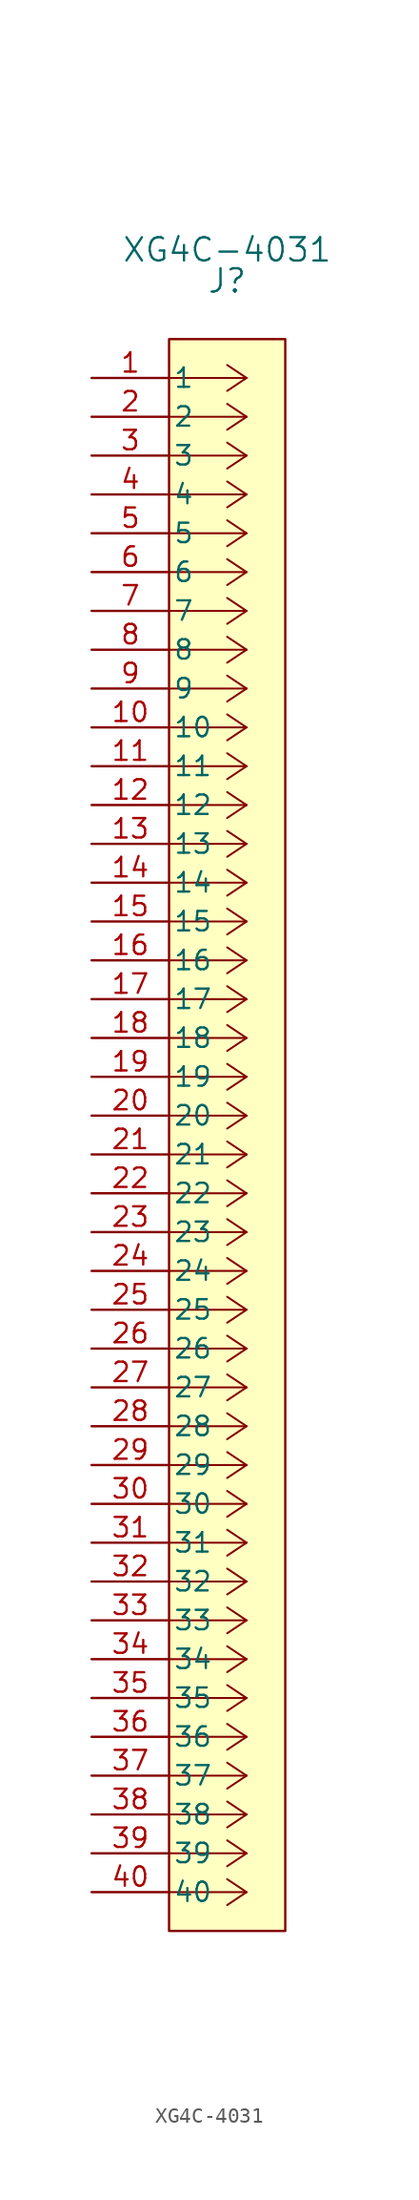
<source format=kicad_sym>
(kicad_symbol_lib
  (version 20241209)
  (generator "kicad_symbol_editor")
  (generator_version "9.0")
  (symbol "XG4C-4031"
    (pin_names
      (offset 0.254))
    (property "Reference" "J"
      (at 8.89 6.35 0)
      (effects (font (size 1.524 1.524))))
    (property "Value" "XG4C-4031"
      (at 8.89 8.382 0)
      (effects (font (size 1.524 1.524))))
    (symbol "XG4C-4031_0_1"
      (polyline (pts (xy 10.16 0) (xy 5.08 0)) (stroke (width 0.127) (type default)) (fill (type none)))
      (polyline (pts (xy 10.16 0) (xy 8.89 0.847)) (stroke (width 0.127) (type default)) (fill (type none)))
      (polyline (pts (xy 10.16 0) (xy 8.89 -0.847)) (stroke (width 0.127) (type default)) (fill (type none)))
      (polyline (pts (xy 10.16 -2.54) (xy 5.08 -2.54)) (stroke (width 0.127) (type default)) (fill (type none)))
      (polyline (pts (xy 10.16 -2.54) (xy 8.89 -1.693)) (stroke (width 0.127) (type default)) (fill (type none)))
      (polyline (pts (xy 10.16 -2.54) (xy 8.89 -3.387)) (stroke (width 0.127) (type default)) (fill (type none)))
      (polyline (pts (xy 10.16 -5.08) (xy 5.08 -5.08)) (stroke (width 0.127) (type default)) (fill (type none)))
      (polyline (pts (xy 10.16 -5.08) (xy 8.89 -4.233)) (stroke (width 0.127) (type default)) (fill (type none)))
      (polyline (pts (xy 10.16 -5.08) (xy 8.89 -5.927)) (stroke (width 0.127) (type default)) (fill (type none)))
      (polyline (pts (xy 10.16 -7.62) (xy 5.08 -7.62)) (stroke (width 0.127) (type default)) (fill (type none)))
      (polyline (pts (xy 10.16 -7.62) (xy 8.89 -6.773)) (stroke (width 0.127) (type default)) (fill (type none)))
      (polyline (pts (xy 10.16 -7.62) (xy 8.89 -8.467)) (stroke (width 0.127) (type default)) (fill (type none)))
      (polyline (pts (xy 10.16 -10.16) (xy 5.08 -10.16)) (stroke (width 0.127) (type default)) (fill (type none)))
      (polyline (pts (xy 10.16 -10.16) (xy 8.89 -9.313)) (stroke (width 0.127) (type default)) (fill (type none)))
      (polyline (pts (xy 10.16 -10.16) (xy 8.89 -11.007)) (stroke (width 0.127) (type default)) (fill (type none)))
      (polyline (pts (xy 10.16 -12.7) (xy 5.08 -12.7)) (stroke (width 0.127) (type default)) (fill (type none)))
      (polyline (pts (xy 10.16 -12.7) (xy 8.89 -11.853)) (stroke (width 0.127) (type default)) (fill (type none)))
      (polyline (pts (xy 10.16 -12.7) (xy 8.89 -13.547)) (stroke (width 0.127) (type default)) (fill (type none)))
      (polyline (pts (xy 10.16 -15.24) (xy 5.08 -15.24)) (stroke (width 0.127) (type default)) (fill (type none)))
      (polyline (pts (xy 10.16 -15.24) (xy 8.89 -14.393)) (stroke (width 0.127) (type default)) (fill (type none)))
      (polyline (pts (xy 10.16 -15.24) (xy 8.89 -16.087)) (stroke (width 0.127) (type default)) (fill (type none)))
      (polyline (pts (xy 10.16 -17.78) (xy 5.08 -17.78)) (stroke (width 0.127) (type default)) (fill (type none)))
      (polyline (pts (xy 10.16 -17.78) (xy 8.89 -16.933)) (stroke (width 0.127) (type default)) (fill (type none)))
      (polyline (pts (xy 10.16 -17.78) (xy 8.89 -18.627)) (stroke (width 0.127) (type default)) (fill (type none)))
      (polyline (pts (xy 10.16 -20.32) (xy 5.08 -20.32)) (stroke (width 0.127) (type default)) (fill (type none)))
      (polyline (pts (xy 10.16 -20.32) (xy 8.89 -19.473)) (stroke (width 0.127) (type default)) (fill (type none)))
      (polyline (pts (xy 10.16 -20.32) (xy 8.89 -21.167)) (stroke (width 0.127) (type default)) (fill (type none)))
      (polyline (pts (xy 10.16 -22.86) (xy 5.08 -22.86)) (stroke (width 0.127) (type default)) (fill (type none)))
      (polyline (pts (xy 10.16 -22.86) (xy 8.89 -22.013)) (stroke (width 0.127) (type default)) (fill (type none)))
      (polyline (pts (xy 10.16 -22.86) (xy 8.89 -23.707)) (stroke (width 0.127) (type default)) (fill (type none)))
      (polyline (pts (xy 10.16 -25.4) (xy 5.08 -25.4)) (stroke (width 0.127) (type default)) (fill (type none)))
      (polyline (pts (xy 10.16 -25.4) (xy 8.89 -24.553)) (stroke (width 0.127) (type default)) (fill (type none)))
      (polyline (pts (xy 10.16 -25.4) (xy 8.89 -26.247)) (stroke (width 0.127) (type default)) (fill (type none)))
      (polyline (pts (xy 10.16 -27.94) (xy 5.08 -27.94)) (stroke (width 0.127) (type default)) (fill (type none)))
      (polyline (pts (xy 10.16 -27.94) (xy 8.89 -27.093)) (stroke (width 0.127) (type default)) (fill (type none)))
      (polyline (pts (xy 10.16 -27.94) (xy 8.89 -28.787)) (stroke (width 0.127) (type default)) (fill (type none)))
      (polyline (pts (xy 10.16 -30.48) (xy 5.08 -30.48)) (stroke (width 0.127) (type default)) (fill (type none)))
      (polyline (pts (xy 10.16 -30.48) (xy 8.89 -29.633)) (stroke (width 0.127) (type default)) (fill (type none)))
      (polyline (pts (xy 10.16 -30.48) (xy 8.89 -31.327)) (stroke (width 0.127) (type default)) (fill (type none)))
      (polyline (pts (xy 10.16 -33.02) (xy 5.08 -33.02)) (stroke (width 0.127) (type default)) (fill (type none)))
      (polyline (pts (xy 10.16 -33.02) (xy 8.89 -32.173)) (stroke (width 0.127) (type default)) (fill (type none)))
      (polyline (pts (xy 10.16 -33.02) (xy 8.89 -33.867)) (stroke (width 0.127) (type default)) (fill (type none)))
      (polyline (pts (xy 10.16 -35.56) (xy 5.08 -35.56)) (stroke (width 0.127) (type default)) (fill (type none)))
      (polyline (pts (xy 10.16 -35.56) (xy 8.89 -34.713)) (stroke (width 0.127) (type default)) (fill (type none)))
      (polyline (pts (xy 10.16 -35.56) (xy 8.89 -36.407)) (stroke (width 0.127) (type default)) (fill (type none)))
      (polyline (pts (xy 10.16 -38.1) (xy 5.08 -38.1)) (stroke (width 0.127) (type default)) (fill (type none)))
      (polyline (pts (xy 10.16 -38.1) (xy 8.89 -37.253)) (stroke (width 0.127) (type default)) (fill (type none)))
      (polyline (pts (xy 10.16 -38.1) (xy 8.89 -38.947)) (stroke (width 0.127) (type default)) (fill (type none)))
      (polyline (pts (xy 10.16 -40.64) (xy 5.08 -40.64)) (stroke (width 0.127) (type default)) (fill (type none)))
      (polyline (pts (xy 10.16 -40.64) (xy 8.89 -39.793)) (stroke (width 0.127) (type default)) (fill (type none)))
      (polyline (pts (xy 10.16 -40.64) (xy 8.89 -41.487)) (stroke (width 0.127) (type default)) (fill (type none)))
      (polyline (pts (xy 10.16 -43.18) (xy 5.08 -43.18)) (stroke (width 0.127) (type default)) (fill (type none)))
      (polyline (pts (xy 10.16 -43.18) (xy 8.89 -42.333)) (stroke (width 0.127) (type default)) (fill (type none)))
      (polyline (pts (xy 10.16 -43.18) (xy 8.89 -44.027)) (stroke (width 0.127) (type default)) (fill (type none)))
      (polyline (pts (xy 10.16 -45.72) (xy 5.08 -45.72)) (stroke (width 0.127) (type default)) (fill (type none)))
      (polyline (pts (xy 10.16 -45.72) (xy 8.89 -44.873)) (stroke (width 0.127) (type default)) (fill (type none)))
      (polyline (pts (xy 10.16 -45.72) (xy 8.89 -46.567)) (stroke (width 0.127) (type default)) (fill (type none)))
      (polyline (pts (xy 10.16 -48.26) (xy 5.08 -48.26)) (stroke (width 0.127) (type default)) (fill (type none)))
      (polyline (pts (xy 10.16 -48.26) (xy 8.89 -47.413)) (stroke (width 0.127) (type default)) (fill (type none)))
      (polyline (pts (xy 10.16 -48.26) (xy 8.89 -49.107)) (stroke (width 0.127) (type default)) (fill (type none)))
      (polyline (pts (xy 10.16 -50.8) (xy 5.08 -50.8)) (stroke (width 0.127) (type default)) (fill (type none)))
      (polyline (pts (xy 10.16 -50.8) (xy 8.89 -49.953)) (stroke (width 0.127) (type default)) (fill (type none)))
      (polyline (pts (xy 10.16 -50.8) (xy 8.89 -51.647)) (stroke (width 0.127) (type default)) (fill (type none)))
      (polyline (pts (xy 10.16 -53.34) (xy 5.08 -53.34)) (stroke (width 0.127) (type default)) (fill (type none)))
      (polyline (pts (xy 10.16 -53.34) (xy 8.89 -52.493)) (stroke (width 0.127) (type default)) (fill (type none)))
      (polyline (pts (xy 10.16 -53.34) (xy 8.89 -54.187)) (stroke (width 0.127) (type default)) (fill (type none)))
      (polyline (pts (xy 10.16 -55.88) (xy 5.08 -55.88)) (stroke (width 0.127) (type default)) (fill (type none)))
      (polyline (pts (xy 10.16 -55.88) (xy 8.89 -55.033)) (stroke (width 0.127) (type default)) (fill (type none)))
      (polyline (pts (xy 10.16 -55.88) (xy 8.89 -56.727)) (stroke (width 0.127) (type default)) (fill (type none)))
      (polyline (pts (xy 10.16 -58.42) (xy 5.08 -58.42)) (stroke (width 0.127) (type default)) (fill (type none)))
      (polyline (pts (xy 10.16 -58.42) (xy 8.89 -57.573)) (stroke (width 0.127) (type default)) (fill (type none)))
      (polyline (pts (xy 10.16 -58.42) (xy 8.89 -59.267)) (stroke (width 0.127) (type default)) (fill (type none)))
      (polyline (pts (xy 10.16 -60.96) (xy 5.08 -60.96)) (stroke (width 0.127) (type default)) (fill (type none)))
      (polyline (pts (xy 10.16 -60.96) (xy 8.89 -60.113)) (stroke (width 0.127) (type default)) (fill (type none)))
      (polyline (pts (xy 10.16 -60.96) (xy 8.89 -61.807)) (stroke (width 0.127) (type default)) (fill (type none)))
      (polyline (pts (xy 10.16 -63.5) (xy 5.08 -63.5)) (stroke (width 0.127) (type default)) (fill (type none)))
      (polyline (pts (xy 10.16 -63.5) (xy 8.89 -62.653)) (stroke (width 0.127) (type default)) (fill (type none)))
      (polyline (pts (xy 10.16 -63.5) (xy 8.89 -64.347)) (stroke (width 0.127) (type default)) (fill (type none)))
      (polyline (pts (xy 10.16 -66.04) (xy 5.08 -66.04)) (stroke (width 0.127) (type default)) (fill (type none)))
      (polyline (pts (xy 10.16 -66.04) (xy 8.89 -65.193)) (stroke (width 0.127) (type default)) (fill (type none)))
      (polyline (pts (xy 10.16 -66.04) (xy 8.89 -66.887)) (stroke (width 0.127) (type default)) (fill (type none)))
      (polyline (pts (xy 10.16 -68.58) (xy 5.08 -68.58)) (stroke (width 0.127) (type default)) (fill (type none)))
      (polyline (pts (xy 10.16 -68.58) (xy 8.89 -67.733)) (stroke (width 0.127) (type default)) (fill (type none)))
      (polyline (pts (xy 10.16 -68.58) (xy 8.89 -69.427)) (stroke (width 0.127) (type default)) (fill (type none)))
      (polyline (pts (xy 10.16 -71.12) (xy 5.08 -71.12)) (stroke (width 0.127) (type default)) (fill (type none)))
      (polyline (pts (xy 10.16 -71.12) (xy 8.89 -70.273)) (stroke (width 0.127) (type default)) (fill (type none)))
      (polyline (pts (xy 10.16 -71.12) (xy 8.89 -71.967)) (stroke (width 0.127) (type default)) (fill (type none)))
      (polyline (pts (xy 10.16 -73.66) (xy 5.08 -73.66)) (stroke (width 0.127) (type default)) (fill (type none)))
      (polyline (pts (xy 10.16 -73.66) (xy 8.89 -72.813)) (stroke (width 0.127) (type default)) (fill (type none)))
      (polyline (pts (xy 10.16 -73.66) (xy 8.89 -74.507)) (stroke (width 0.127) (type default)) (fill (type none)))
      (polyline (pts (xy 10.16 -76.2) (xy 5.08 -76.2)) (stroke (width 0.127) (type default)) (fill (type none)))
      (polyline (pts (xy 10.16 -76.2) (xy 8.89 -75.353)) (stroke (width 0.127) (type default)) (fill (type none)))
      (polyline (pts (xy 10.16 -76.2) (xy 8.89 -77.047)) (stroke (width 0.127) (type default)) (fill (type none)))
      (polyline (pts (xy 10.16 -78.74) (xy 5.08 -78.74)) (stroke (width 0.127) (type default)) (fill (type none)))
      (polyline (pts (xy 10.16 -78.74) (xy 8.89 -77.893)) (stroke (width 0.127) (type default)) (fill (type none)))
      (polyline (pts (xy 10.16 -78.74) (xy 8.89 -79.587)) (stroke (width 0.127) (type default)) (fill (type none)))
      (polyline (pts (xy 10.16 -81.28) (xy 5.08 -81.28)) (stroke (width 0.127) (type default)) (fill (type none)))
      (polyline (pts (xy 10.16 -81.28) (xy 8.89 -80.433)) (stroke (width 0.127) (type default)) (fill (type none)))
      (polyline (pts (xy 10.16 -81.28) (xy 8.89 -82.127)) (stroke (width 0.127) (type default)) (fill (type none)))
      (polyline (pts (xy 10.16 -83.82) (xy 5.08 -83.82)) (stroke (width 0.127) (type default)) (fill (type none)))
      (polyline (pts (xy 10.16 -83.82) (xy 8.89 -82.973)) (stroke (width 0.127) (type default)) (fill (type none)))
      (polyline (pts (xy 10.16 -83.82) (xy 8.89 -84.667)) (stroke (width 0.127) (type default)) (fill (type none)))
      (polyline (pts (xy 10.16 -86.36) (xy 5.08 -86.36)) (stroke (width 0.127) (type default)) (fill (type none)))
      (polyline (pts (xy 10.16 -86.36) (xy 8.89 -85.513)) (stroke (width 0.127) (type default)) (fill (type none)))
      (polyline (pts (xy 10.16 -86.36) (xy 8.89 -87.207)) (stroke (width 0.127) (type default)) (fill (type none)))
      (polyline (pts (xy 10.16 -88.9) (xy 5.08 -88.9)) (stroke (width 0.127) (type default)) (fill (type none)))
      (polyline (pts (xy 10.16 -88.9) (xy 8.89 -88.053)) (stroke (width 0.127) (type default)) (fill (type none)))
      (polyline (pts (xy 10.16 -88.9) (xy 8.89 -89.747)) (stroke (width 0.127) (type default)) (fill (type none)))
      (polyline (pts (xy 10.16 -91.44) (xy 5.08 -91.44)) (stroke (width 0.127) (type default)) (fill (type none)))
      (polyline (pts (xy 10.16 -91.44) (xy 8.89 -90.593)) (stroke (width 0.127) (type default)) (fill (type none)))
      (polyline (pts (xy 10.16 -91.44) (xy 8.89 -92.287)) (stroke (width 0.127) (type default)) (fill (type none)))
      (polyline (pts (xy 10.16 -93.98) (xy 5.08 -93.98)) (stroke (width 0.127) (type default)) (fill (type none)))
      (polyline (pts (xy 10.16 -93.98) (xy 8.89 -93.133)) (stroke (width 0.127) (type default)) (fill (type none)))
      (polyline (pts (xy 10.16 -93.98) (xy 8.89 -94.827)) (stroke (width 0.127) (type default)) (fill (type none)))
      (polyline (pts (xy 10.16 -96.52) (xy 5.08 -96.52)) (stroke (width 0.127) (type default)) (fill (type none)))
      (polyline (pts (xy 10.16 -96.52) (xy 8.89 -95.673)) (stroke (width 0.127) (type default)) (fill (type none)))
      (polyline (pts (xy 10.16 -96.52) (xy 8.89 -97.367)) (stroke (width 0.127) (type default)) (fill (type none)))
      (polyline (pts (xy 10.16 -99.06) (xy 5.08 -99.06)) (stroke (width 0.127) (type default)) (fill (type none)))
      (polyline (pts (xy 10.16 -99.06) (xy 8.89 -98.213)) (stroke (width 0.127) (type default)) (fill (type none)))
      (polyline (pts (xy 10.16 -99.06) (xy 8.89 -99.907)) (stroke (width 0.127) (type default)) (fill (type none)))
      (pin unspecified line (at 0 0 0) (length 5.08) (name "1" (effects (font (size 1.27 1.27)))) (number "1" (effects (font (size 1.27 1.27)))))
      (pin unspecified line (at 0 -2.54 0) (length 5.08) (name "2" (effects (font (size 1.27 1.27)))) (number "2" (effects (font (size 1.27 1.27)))))
      (pin unspecified line (at 0 -5.08 0) (length 5.08) (name "3" (effects (font (size 1.27 1.27)))) (number "3" (effects (font (size 1.27 1.27)))))
      (pin unspecified line (at 0 -7.62 0) (length 5.08) (name "4" (effects (font (size 1.27 1.27)))) (number "4" (effects (font (size 1.27 1.27)))))
      (pin unspecified line (at 0 -10.16 0) (length 5.08) (name "5" (effects (font (size 1.27 1.27)))) (number "5" (effects (font (size 1.27 1.27)))))
      (pin unspecified line (at 0 -12.7 0) (length 5.08) (name "6" (effects (font (size 1.27 1.27)))) (number "6" (effects (font (size 1.27 1.27)))))
      (pin unspecified line (at 0 -15.24 0) (length 5.08) (name "7" (effects (font (size 1.27 1.27)))) (number "7" (effects (font (size 1.27 1.27)))))
      (pin unspecified line (at 0 -17.78 0) (length 5.08) (name "8" (effects (font (size 1.27 1.27)))) (number "8" (effects (font (size 1.27 1.27)))))
      (pin unspecified line (at 0 -20.32 0) (length 5.08) (name "9" (effects (font (size 1.27 1.27)))) (number "9" (effects (font (size 1.27 1.27)))))
      (pin unspecified line (at 0 -22.86 0) (length 5.08) (name "10" (effects (font (size 1.27 1.27)))) (number "10" (effects (font (size 1.27 1.27)))))
      (pin unspecified line (at 0 -25.4 0) (length 5.08) (name "11" (effects (font (size 1.27 1.27)))) (number "11" (effects (font (size 1.27 1.27)))))
      (pin unspecified line (at 0 -27.94 0) (length 5.08) (name "12" (effects (font (size 1.27 1.27)))) (number "12" (effects (font (size 1.27 1.27)))))
      (pin unspecified line (at 0 -30.48 0) (length 5.08) (name "13" (effects (font (size 1.27 1.27)))) (number "13" (effects (font (size 1.27 1.27)))))
      (pin unspecified line (at 0 -33.02 0) (length 5.08) (name "14" (effects (font (size 1.27 1.27)))) (number "14" (effects (font (size 1.27 1.27)))))
      (pin unspecified line (at 0 -35.56 0) (length 5.08) (name "15" (effects (font (size 1.27 1.27)))) (number "15" (effects (font (size 1.27 1.27)))))
      (pin unspecified line (at 0 -38.1 0) (length 5.08) (name "16" (effects (font (size 1.27 1.27)))) (number "16" (effects (font (size 1.27 1.27)))))
      (pin unspecified line (at 0 -40.64 0) (length 5.08) (name "17" (effects (font (size 1.27 1.27)))) (number "17" (effects (font (size 1.27 1.27)))))
      (pin unspecified line (at 0 -43.18 0) (length 5.08) (name "18" (effects (font (size 1.27 1.27)))) (number "18" (effects (font (size 1.27 1.27)))))
      (pin unspecified line (at 0 -45.72 0) (length 5.08) (name "19" (effects (font (size 1.27 1.27)))) (number "19" (effects (font (size 1.27 1.27)))))
      (pin unspecified line (at 0 -48.26 0) (length 5.08) (name "20" (effects (font (size 1.27 1.27)))) (number "20" (effects (font (size 1.27 1.27)))))
      (pin unspecified line (at 0 -50.8 0) (length 5.08) (name "21" (effects (font (size 1.27 1.27)))) (number "21" (effects (font (size 1.27 1.27)))))
      (pin unspecified line (at 0 -53.34 0) (length 5.08) (name "22" (effects (font (size 1.27 1.27)))) (number "22" (effects (font (size 1.27 1.27)))))
      (pin unspecified line (at 0 -55.88 0) (length 5.08) (name "23" (effects (font (size 1.27 1.27)))) (number "23" (effects (font (size 1.27 1.27)))))
      (pin unspecified line (at 0 -58.42 0) (length 5.08) (name "24" (effects (font (size 1.27 1.27)))) (number "24" (effects (font (size 1.27 1.27)))))
      (pin unspecified line (at 0 -60.96 0) (length 5.08) (name "25" (effects (font (size 1.27 1.27)))) (number "25" (effects (font (size 1.27 1.27)))))
      (pin unspecified line (at 0 -63.5 0) (length 5.08) (name "26" (effects (font (size 1.27 1.27)))) (number "26" (effects (font (size 1.27 1.27)))))
      (pin unspecified line (at 0 -66.04 0) (length 5.08) (name "27" (effects (font (size 1.27 1.27)))) (number "27" (effects (font (size 1.27 1.27)))))
      (pin unspecified line (at 0 -68.58 0) (length 5.08) (name "28" (effects (font (size 1.27 1.27)))) (number "28" (effects (font (size 1.27 1.27)))))
      (pin unspecified line (at 0 -71.12 0) (length 5.08) (name "29" (effects (font (size 1.27 1.27)))) (number "29" (effects (font (size 1.27 1.27)))))
      (pin unspecified line (at 0 -73.66 0) (length 5.08) (name "30" (effects (font (size 1.27 1.27)))) (number "30" (effects (font (size 1.27 1.27)))))
      (pin unspecified line (at 0 -76.2 0) (length 5.08) (name "31" (effects (font (size 1.27 1.27)))) (number "31" (effects (font (size 1.27 1.27)))))
      (pin unspecified line (at 0 -78.74 0) (length 5.08) (name "32" (effects (font (size 1.27 1.27)))) (number "32" (effects (font (size 1.27 1.27)))))
      (pin unspecified line (at 0 -81.28 0) (length 5.08) (name "33" (effects (font (size 1.27 1.27)))) (number "33" (effects (font (size 1.27 1.27)))))
      (pin unspecified line (at 0 -83.82 0) (length 5.08) (name "34" (effects (font (size 1.27 1.27)))) (number "34" (effects (font (size 1.27 1.27)))))
      (pin unspecified line (at 0 -86.36 0) (length 5.08) (name "35" (effects (font (size 1.27 1.27)))) (number "35" (effects (font (size 1.27 1.27)))))
      (pin unspecified line (at 0 -88.9 0) (length 5.08) (name "36" (effects (font (size 1.27 1.27)))) (number "36" (effects (font (size 1.27 1.27)))))
      (pin unspecified line (at 0 -91.44 0) (length 5.08) (name "37" (effects (font (size 1.27 1.27)))) (number "37" (effects (font (size 1.27 1.27)))))
      (pin unspecified line (at 0 -93.98 0) (length 5.08) (name "38" (effects (font (size 1.27 1.27)))) (number "38" (effects (font (size 1.27 1.27)))))
      (pin unspecified line (at 0 -96.52 0) (length 5.08) (name "39" (effects (font (size 1.27 1.27)))) (number "39" (effects (font (size 1.27 1.27)))))
      (pin unspecified line (at 0 -99.06 0) (length 5.08) (name "40" (effects (font (size 1.27 1.27)))) (number "40" (effects (font (size 1.27 1.27))))))
    (symbol "XG4C-4031_1_1"
      (rectangle (start 5.08 2.54) (end 12.7 -101.6) (stroke (width 0) (type solid)) (fill (type background))))))
</source>
